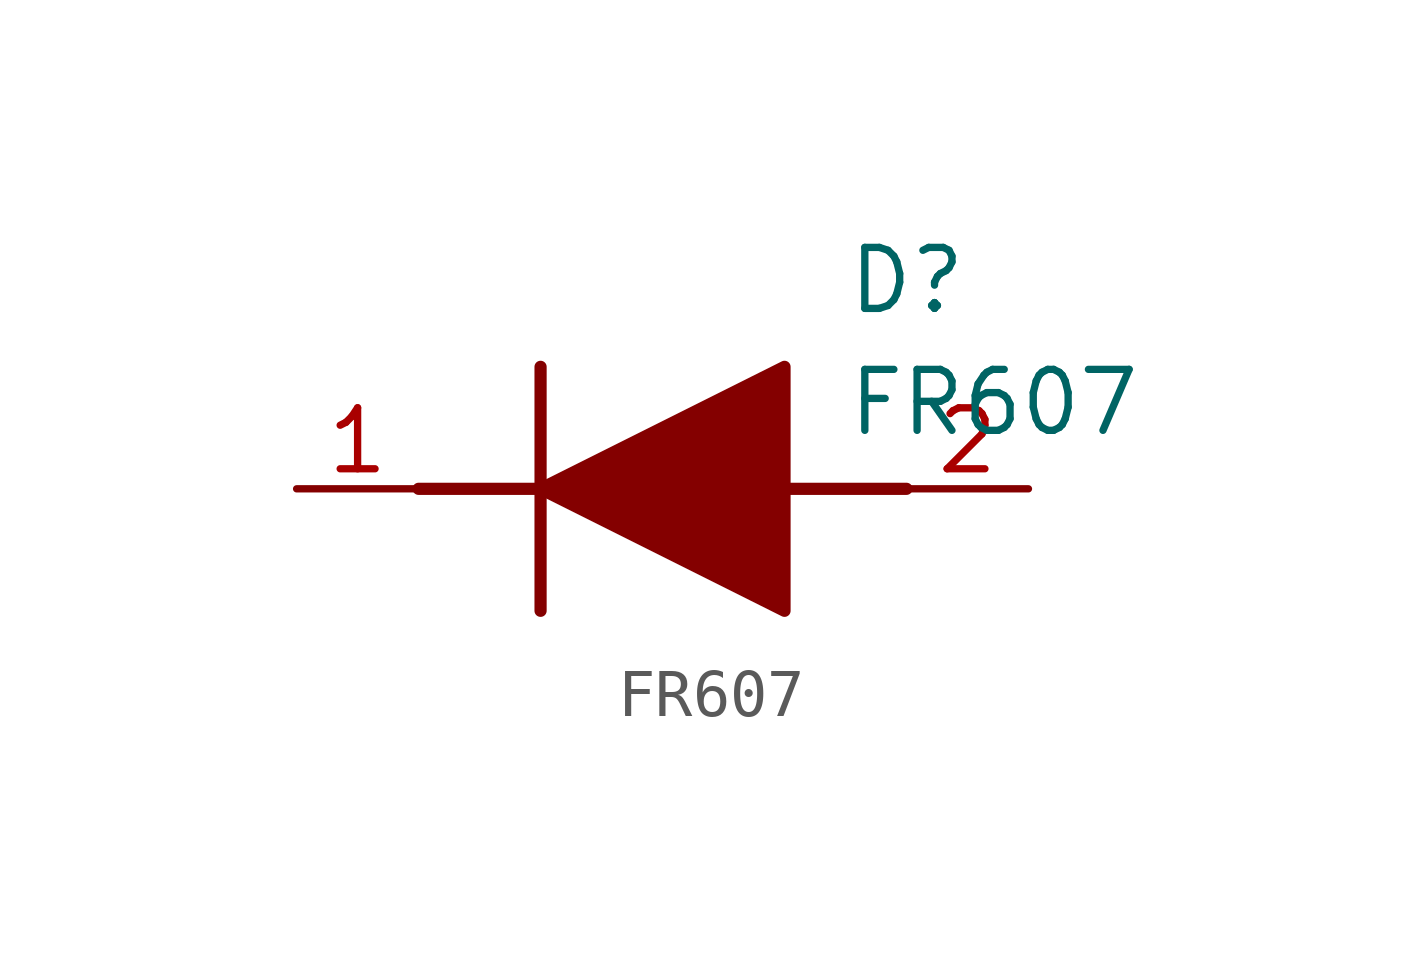
<source format=kicad_sym>
(kicad_symbol_lib
  (version 20211014)
  (generator SamacSys_ECAD_Model)
  (symbol "FR607"
    (pin_names hide)
    (property "Reference" "D"
      (at 11.43 5.08 0)
      (effects (font (size 1.27 1.27)) (justify left top)))
    (property "Value" "FR607"
      (at 11.43 2.54 0)
      (effects (font (size 1.27 1.27)) (justify left top)))
    (polyline
      (pts (xy 5.08 2.54) (xy 5.08 -2.54))
      (stroke (width 0.254) (type default))
      (fill (type none)))
    (polyline
      (pts (xy 2.54 0) (xy 5.08 0))
      (stroke (width 0.254) (type default))
      (fill (type none)))
    (polyline
      (pts (xy 10.16 0) (xy 12.7 0))
      (stroke (width 0.254) (type default))
      (fill (type none)))
    (polyline
      (pts (xy 5.08 0) (xy 10.16 2.54) (xy 10.16 -2.54) (xy 5.08 0))
      (stroke (width 0.254) (type default))
      (fill (type outline)))
    (pin passive line
      (at 0 0 0)
      (length 2.54)
      (name "K" (effects (font (size 1.27 1.27))))
      (number "1" (effects (font (size 1.27 1.27)))))
    (pin passive line
      (at 15.24 0 180)
      (length 2.54)
      (name "A" (effects (font (size 1.27 1.27))))
      (number "2" (effects (font (size 1.27 1.27)))))))
</source>
